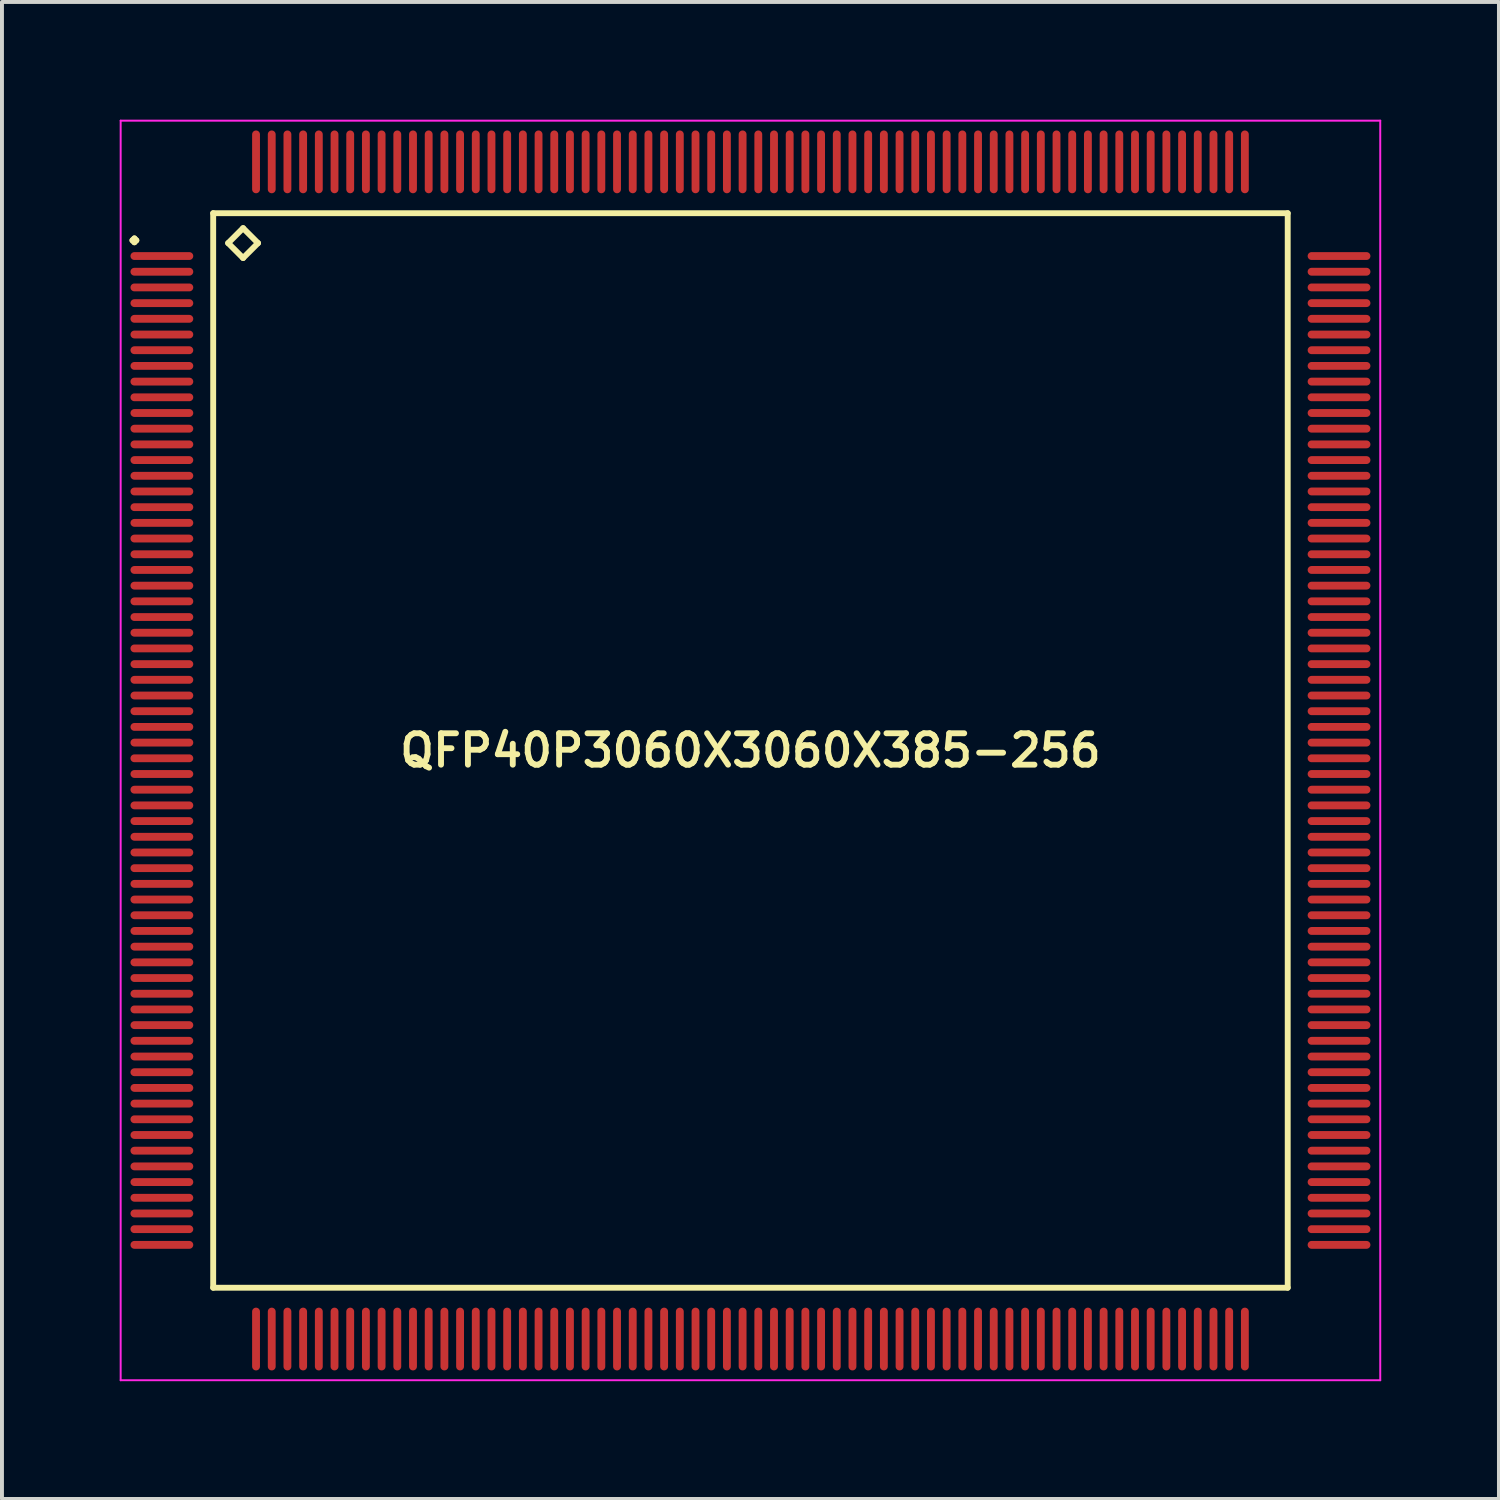
<source format=kicad_pcb>
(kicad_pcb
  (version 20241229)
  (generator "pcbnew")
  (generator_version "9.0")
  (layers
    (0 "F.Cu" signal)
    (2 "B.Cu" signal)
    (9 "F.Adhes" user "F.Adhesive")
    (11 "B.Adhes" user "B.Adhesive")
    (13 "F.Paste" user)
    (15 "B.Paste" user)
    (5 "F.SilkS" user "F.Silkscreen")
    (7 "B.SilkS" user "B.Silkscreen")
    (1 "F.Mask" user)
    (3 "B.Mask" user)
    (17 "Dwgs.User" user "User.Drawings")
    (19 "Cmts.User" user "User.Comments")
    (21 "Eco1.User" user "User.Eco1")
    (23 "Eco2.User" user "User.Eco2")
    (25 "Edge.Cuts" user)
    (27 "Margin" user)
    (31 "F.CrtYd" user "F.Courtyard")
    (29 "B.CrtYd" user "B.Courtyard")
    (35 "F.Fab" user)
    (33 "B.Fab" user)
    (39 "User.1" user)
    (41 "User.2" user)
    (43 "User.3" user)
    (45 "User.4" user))
  (footprint "QFP40P3060X3060X385-256"
    (layer "F.Cu")
    (at 16.075 16.075)
    (property "Reference" "QFP40P3060X3060X385-256" (at 0 0 0) (layer "F.SilkS") (effects (font (size 0.8 0.8) (thickness 0.15))))
    (attr smd)
    (fp_line (start -15.75 -13) (end -15.7 -13.05) (stroke (width 0.15) (type solid)) (layer "F.SilkS"))
    (fp_line (start -15.7 -13.05) (end -15.65 -13) (stroke (width 0.15) (type solid)) (layer "F.SilkS"))
    (fp_line (start -15.7 -12.95) (end -15.75 -13) (stroke (width 0.15) (type solid)) (layer "F.SilkS"))
    (fp_line (start -15.65 -13) (end -15.7 -12.95) (stroke (width 0.15) (type solid)) (layer "F.SilkS"))
    (fp_line (start -13.692 -13.692) (end -13.692 13.692) (stroke (width 0.15) (type solid)) (layer "F.SilkS"))
    (fp_line (start -13.692 13.692) (end 13.692 13.692) (stroke (width 0.15) (type solid)) (layer "F.SilkS"))
    (fp_line (start -13.311 -12.93) (end -12.93 -13.311) (stroke (width 0.15) (type solid)) (layer "F.SilkS"))
    (fp_line (start -12.93 -13.311) (end -12.549 -12.93) (stroke (width 0.15) (type solid)) (layer "F.SilkS"))
    (fp_line (start -12.93 -12.549) (end -13.311 -12.93) (stroke (width 0.15) (type solid)) (layer "F.SilkS"))
    (fp_line (start -12.549 -12.93) (end -12.93 -12.549) (stroke (width 0.15) (type solid)) (layer "F.SilkS"))
    (fp_line (start 13.692 -13.692) (end -13.692 -13.692) (stroke (width 0.15) (type solid)) (layer "F.SilkS"))
    (fp_line (start 13.692 13.692) (end 13.692 -13.692) (stroke (width 0.15) (type solid)) (layer "F.SilkS"))
    (fp_line (start -16.05 -16.05) (end 16.05 -16.05) (stroke (width 0.05) (type solid)) (layer "F.CrtYd"))
    (fp_line (start -16.05 16.05) (end -16.05 -16.05) (stroke (width 0.05) (type solid)) (layer "F.CrtYd"))
    (fp_line (start 16.05 -16.05) (end 16.05 16.05) (stroke (width 0.05) (type solid)) (layer "F.CrtYd"))
    (fp_line (start 16.05 16.05) (end -16.05 16.05) (stroke (width 0.05) (type solid)) (layer "F.CrtYd"))
    (pad "1" smd oval (at -15 -12.6) (size 1.6 0.2) (layers "F.Cu" "F.Mask" "F.Paste"))
    (pad "2" smd oval (at -15 -12.2) (size 1.6 0.2) (layers "F.Cu" "F.Mask" "F.Paste"))
    (pad "3" smd oval (at -15 -11.8) (size 1.6 0.2) (layers "F.Cu" "F.Mask" "F.Paste"))
    (pad "4" smd oval (at -15 -11.4) (size 1.6 0.2) (layers "F.Cu" "F.Mask" "F.Paste"))
    (pad "5" smd oval (at -15 -11) (size 1.6 0.2) (layers "F.Cu" "F.Mask" "F.Paste"))
    (pad "6" smd oval (at -15 -10.6) (size 1.6 0.2) (layers "F.Cu" "F.Mask" "F.Paste"))
    (pad "7" smd oval (at -15 -10.2) (size 1.6 0.2) (layers "F.Cu" "F.Mask" "F.Paste"))
    (pad "8" smd oval (at -15 -9.8) (size 1.6 0.2) (layers "F.Cu" "F.Mask" "F.Paste"))
    (pad "9" smd oval (at -15 -9.4) (size 1.6 0.2) (layers "F.Cu" "F.Mask" "F.Paste"))
    (pad "10" smd oval (at -15 -9) (size 1.6 0.2) (layers "F.Cu" "F.Mask" "F.Paste"))
    (pad "11" smd oval (at -15 -8.6) (size 1.6 0.2) (layers "F.Cu" "F.Mask" "F.Paste"))
    (pad "12" smd oval (at -15 -8.2) (size 1.6 0.2) (layers "F.Cu" "F.Mask" "F.Paste"))
    (pad "13" smd oval (at -15 -7.8) (size 1.6 0.2) (layers "F.Cu" "F.Mask" "F.Paste"))
    (pad "14" smd oval (at -15 -7.4) (size 1.6 0.2) (layers "F.Cu" "F.Mask" "F.Paste"))
    (pad "15" smd oval (at -15 -7) (size 1.6 0.2) (layers "F.Cu" "F.Mask" "F.Paste"))
    (pad "16" smd oval (at -15 -6.6) (size 1.6 0.2) (layers "F.Cu" "F.Mask" "F.Paste"))
    (pad "17" smd oval (at -15 -6.2) (size 1.6 0.2) (layers "F.Cu" "F.Mask" "F.Paste"))
    (pad "18" smd oval (at -15 -5.8) (size 1.6 0.2) (layers "F.Cu" "F.Mask" "F.Paste"))
    (pad "19" smd oval (at -15 -5.4) (size 1.6 0.2) (layers "F.Cu" "F.Mask" "F.Paste"))
    (pad "20" smd oval (at -15 -5) (size 1.6 0.2) (layers "F.Cu" "F.Mask" "F.Paste"))
    (pad "21" smd oval (at -15 -4.6) (size 1.6 0.2) (layers "F.Cu" "F.Mask" "F.Paste"))
    (pad "22" smd oval (at -15 -4.2) (size 1.6 0.2) (layers "F.Cu" "F.Mask" "F.Paste"))
    (pad "23" smd oval (at -15 -3.8) (size 1.6 0.2) (layers "F.Cu" "F.Mask" "F.Paste"))
    (pad "24" smd oval (at -15 -3.4) (size 1.6 0.2) (layers "F.Cu" "F.Mask" "F.Paste"))
    (pad "25" smd oval (at -15 -3) (size 1.6 0.2) (layers "F.Cu" "F.Mask" "F.Paste"))
    (pad "26" smd oval (at -15 -2.6) (size 1.6 0.2) (layers "F.Cu" "F.Mask" "F.Paste"))
    (pad "27" smd oval (at -15 -2.2) (size 1.6 0.2) (layers "F.Cu" "F.Mask" "F.Paste"))
    (pad "28" smd oval (at -15 -1.8) (size 1.6 0.2) (layers "F.Cu" "F.Mask" "F.Paste"))
    (pad "29" smd oval (at -15 -1.4) (size 1.6 0.2) (layers "F.Cu" "F.Mask" "F.Paste"))
    (pad "30" smd oval (at -15 -1) (size 1.6 0.2) (layers "F.Cu" "F.Mask" "F.Paste"))
    (pad "31" smd oval (at -15 -0.6) (size 1.6 0.2) (layers "F.Cu" "F.Mask" "F.Paste"))
    (pad "32" smd oval (at -15 -0.2) (size 1.6 0.2) (layers "F.Cu" "F.Mask" "F.Paste"))
    (pad "33" smd oval (at -15 0.2) (size 1.6 0.2) (layers "F.Cu" "F.Mask" "F.Paste"))
    (pad "34" smd oval (at -15 0.6) (size 1.6 0.2) (layers "F.Cu" "F.Mask" "F.Paste"))
    (pad "35" smd oval (at -15 1) (size 1.6 0.2) (layers "F.Cu" "F.Mask" "F.Paste"))
    (pad "36" smd oval (at -15 1.4) (size 1.6 0.2) (layers "F.Cu" "F.Mask" "F.Paste"))
    (pad "37" smd oval (at -15 1.8) (size 1.6 0.2) (layers "F.Cu" "F.Mask" "F.Paste"))
    (pad "38" smd oval (at -15 2.2) (size 1.6 0.2) (layers "F.Cu" "F.Mask" "F.Paste"))
    (pad "39" smd oval (at -15 2.6) (size 1.6 0.2) (layers "F.Cu" "F.Mask" "F.Paste"))
    (pad "40" smd oval (at -15 3) (size 1.6 0.2) (layers "F.Cu" "F.Mask" "F.Paste"))
    (pad "41" smd oval (at -15 3.4) (size 1.6 0.2) (layers "F.Cu" "F.Mask" "F.Paste"))
    (pad "42" smd oval (at -15 3.8) (size 1.6 0.2) (layers "F.Cu" "F.Mask" "F.Paste"))
    (pad "43" smd oval (at -15 4.2) (size 1.6 0.2) (layers "F.Cu" "F.Mask" "F.Paste"))
    (pad "44" smd oval (at -15 4.6) (size 1.6 0.2) (layers "F.Cu" "F.Mask" "F.Paste"))
    (pad "45" smd oval (at -15 5) (size 1.6 0.2) (layers "F.Cu" "F.Mask" "F.Paste"))
    (pad "46" smd oval (at -15 5.4) (size 1.6 0.2) (layers "F.Cu" "F.Mask" "F.Paste"))
    (pad "47" smd oval (at -15 5.8) (size 1.6 0.2) (layers "F.Cu" "F.Mask" "F.Paste"))
    (pad "48" smd oval (at -15 6.2) (size 1.6 0.2) (layers "F.Cu" "F.Mask" "F.Paste"))
    (pad "49" smd oval (at -15 6.6) (size 1.6 0.2) (layers "F.Cu" "F.Mask" "F.Paste"))
    (pad "50" smd oval (at -15 7) (size 1.6 0.2) (layers "F.Cu" "F.Mask" "F.Paste"))
    (pad "51" smd oval (at -15 7.4) (size 1.6 0.2) (layers "F.Cu" "F.Mask" "F.Paste"))
    (pad "52" smd oval (at -15 7.8) (size 1.6 0.2) (layers "F.Cu" "F.Mask" "F.Paste"))
    (pad "53" smd oval (at -15 8.2) (size 1.6 0.2) (layers "F.Cu" "F.Mask" "F.Paste"))
    (pad "54" smd oval (at -15 8.6) (size 1.6 0.2) (layers "F.Cu" "F.Mask" "F.Paste"))
    (pad "55" smd oval (at -15 9) (size 1.6 0.2) (layers "F.Cu" "F.Mask" "F.Paste"))
    (pad "56" smd oval (at -15 9.4) (size 1.6 0.2) (layers "F.Cu" "F.Mask" "F.Paste"))
    (pad "57" smd oval (at -15 9.8) (size 1.6 0.2) (layers "F.Cu" "F.Mask" "F.Paste"))
    (pad "58" smd oval (at -15 10.2) (size 1.6 0.2) (layers "F.Cu" "F.Mask" "F.Paste"))
    (pad "59" smd oval (at -15 10.6) (size 1.6 0.2) (layers "F.Cu" "F.Mask" "F.Paste"))
    (pad "60" smd oval (at -15 11) (size 1.6 0.2) (layers "F.Cu" "F.Mask" "F.Paste"))
    (pad "61" smd oval (at -15 11.4) (size 1.6 0.2) (layers "F.Cu" "F.Mask" "F.Paste"))
    (pad "62" smd oval (at -15 11.8) (size 1.6 0.2) (layers "F.Cu" "F.Mask" "F.Paste"))
    (pad "63" smd oval (at -15 12.2) (size 1.6 0.2) (layers "F.Cu" "F.Mask" "F.Paste"))
    (pad "64" smd oval (at -15 12.6) (size 1.6 0.2) (layers "F.Cu" "F.Mask" "F.Paste"))
    (pad "65" smd oval (at -12.6 15) (size 0.2 1.6) (layers "F.Cu" "F.Mask" "F.Paste"))
    (pad "66" smd oval (at -12.2 15) (size 0.2 1.6) (layers "F.Cu" "F.Mask" "F.Paste"))
    (pad "67" smd oval (at -11.8 15) (size 0.2 1.6) (layers "F.Cu" "F.Mask" "F.Paste"))
    (pad "68" smd oval (at -11.4 15) (size 0.2 1.6) (layers "F.Cu" "F.Mask" "F.Paste"))
    (pad "69" smd oval (at -11 15) (size 0.2 1.6) (layers "F.Cu" "F.Mask" "F.Paste"))
    (pad "70" smd oval (at -10.6 15) (size 0.2 1.6) (layers "F.Cu" "F.Mask" "F.Paste"))
    (pad "71" smd oval (at -10.2 15) (size 0.2 1.6) (layers "F.Cu" "F.Mask" "F.Paste"))
    (pad "72" smd oval (at -9.8 15) (size 0.2 1.6) (layers "F.Cu" "F.Mask" "F.Paste"))
    (pad "73" smd oval (at -9.4 15) (size 0.2 1.6) (layers "F.Cu" "F.Mask" "F.Paste"))
    (pad "74" smd oval (at -9 15) (size 0.2 1.6) (layers "F.Cu" "F.Mask" "F.Paste"))
    (pad "75" smd oval (at -8.6 15) (size 0.2 1.6) (layers "F.Cu" "F.Mask" "F.Paste"))
    (pad "76" smd oval (at -8.2 15) (size 0.2 1.6) (layers "F.Cu" "F.Mask" "F.Paste"))
    (pad "77" smd oval (at -7.8 15) (size 0.2 1.6) (layers "F.Cu" "F.Mask" "F.Paste"))
    (pad "78" smd oval (at -7.4 15) (size 0.2 1.6) (layers "F.Cu" "F.Mask" "F.Paste"))
    (pad "79" smd oval (at -7 15) (size 0.2 1.6) (layers "F.Cu" "F.Mask" "F.Paste"))
    (pad "80" smd oval (at -6.6 15) (size 0.2 1.6) (layers "F.Cu" "F.Mask" "F.Paste"))
    (pad "81" smd oval (at -6.2 15) (size 0.2 1.6) (layers "F.Cu" "F.Mask" "F.Paste"))
    (pad "82" smd oval (at -5.8 15) (size 0.2 1.6) (layers "F.Cu" "F.Mask" "F.Paste"))
    (pad "83" smd oval (at -5.4 15) (size 0.2 1.6) (layers "F.Cu" "F.Mask" "F.Paste"))
    (pad "84" smd oval (at -5 15) (size 0.2 1.6) (layers "F.Cu" "F.Mask" "F.Paste"))
    (pad "85" smd oval (at -4.6 15) (size 0.2 1.6) (layers "F.Cu" "F.Mask" "F.Paste"))
    (pad "86" smd oval (at -4.2 15) (size 0.2 1.6) (layers "F.Cu" "F.Mask" "F.Paste"))
    (pad "87" smd oval (at -3.8 15) (size 0.2 1.6) (layers "F.Cu" "F.Mask" "F.Paste"))
    (pad "88" smd oval (at -3.4 15) (size 0.2 1.6) (layers "F.Cu" "F.Mask" "F.Paste"))
    (pad "89" smd oval (at -3 15) (size 0.2 1.6) (layers "F.Cu" "F.Mask" "F.Paste"))
    (pad "90" smd oval (at -2.6 15) (size 0.2 1.6) (layers "F.Cu" "F.Mask" "F.Paste"))
    (pad "91" smd oval (at -2.2 15) (size 0.2 1.6) (layers "F.Cu" "F.Mask" "F.Paste"))
    (pad "92" smd oval (at -1.8 15) (size 0.2 1.6) (layers "F.Cu" "F.Mask" "F.Paste"))
    (pad "93" smd oval (at -1.4 15) (size 0.2 1.6) (layers "F.Cu" "F.Mask" "F.Paste"))
    (pad "94" smd oval (at -1 15) (size 0.2 1.6) (layers "F.Cu" "F.Mask" "F.Paste"))
    (pad "95" smd oval (at -0.6 15) (size 0.2 1.6) (layers "F.Cu" "F.Mask" "F.Paste"))
    (pad "96" smd oval (at -0.2 15) (size 0.2 1.6) (layers "F.Cu" "F.Mask" "F.Paste"))
    (pad "97" smd oval (at 0.2 15) (size 0.2 1.6) (layers "F.Cu" "F.Mask" "F.Paste"))
    (pad "98" smd oval (at 0.6 15) (size 0.2 1.6) (layers "F.Cu" "F.Mask" "F.Paste"))
    (pad "99" smd oval (at 1 15) (size 0.2 1.6) (layers "F.Cu" "F.Mask" "F.Paste"))
    (pad "100" smd oval (at 1.4 15) (size 0.2 1.6) (layers "F.Cu" "F.Mask" "F.Paste"))
    (pad "101" smd oval (at 1.8 15) (size 0.2 1.6) (layers "F.Cu" "F.Mask" "F.Paste"))
    (pad "102" smd oval (at 2.2 15) (size 0.2 1.6) (layers "F.Cu" "F.Mask" "F.Paste"))
    (pad "103" smd oval (at 2.6 15) (size 0.2 1.6) (layers "F.Cu" "F.Mask" "F.Paste"))
    (pad "104" smd oval (at 3 15) (size 0.2 1.6) (layers "F.Cu" "F.Mask" "F.Paste"))
    (pad "105" smd oval (at 3.4 15) (size 0.2 1.6) (layers "F.Cu" "F.Mask" "F.Paste"))
    (pad "106" smd oval (at 3.8 15) (size 0.2 1.6) (layers "F.Cu" "F.Mask" "F.Paste"))
    (pad "107" smd oval (at 4.2 15) (size 0.2 1.6) (layers "F.Cu" "F.Mask" "F.Paste"))
    (pad "108" smd oval (at 4.6 15) (size 0.2 1.6) (layers "F.Cu" "F.Mask" "F.Paste"))
    (pad "109" smd oval (at 5 15) (size 0.2 1.6) (layers "F.Cu" "F.Mask" "F.Paste"))
    (pad "110" smd oval (at 5.4 15) (size 0.2 1.6) (layers "F.Cu" "F.Mask" "F.Paste"))
    (pad "111" smd oval (at 5.8 15) (size 0.2 1.6) (layers "F.Cu" "F.Mask" "F.Paste"))
    (pad "112" smd oval (at 6.2 15) (size 0.2 1.6) (layers "F.Cu" "F.Mask" "F.Paste"))
    (pad "113" smd oval (at 6.6 15) (size 0.2 1.6) (layers "F.Cu" "F.Mask" "F.Paste"))
    (pad "114" smd oval (at 7 15) (size 0.2 1.6) (layers "F.Cu" "F.Mask" "F.Paste"))
    (pad "115" smd oval (at 7.4 15) (size 0.2 1.6) (layers "F.Cu" "F.Mask" "F.Paste"))
    (pad "116" smd oval (at 7.8 15) (size 0.2 1.6) (layers "F.Cu" "F.Mask" "F.Paste"))
    (pad "117" smd oval (at 8.2 15) (size 0.2 1.6) (layers "F.Cu" "F.Mask" "F.Paste"))
    (pad "118" smd oval (at 8.6 15) (size 0.2 1.6) (layers "F.Cu" "F.Mask" "F.Paste"))
    (pad "119" smd oval (at 9 15) (size 0.2 1.6) (layers "F.Cu" "F.Mask" "F.Paste"))
    (pad "120" smd oval (at 9.4 15) (size 0.2 1.6) (layers "F.Cu" "F.Mask" "F.Paste"))
    (pad "121" smd oval (at 9.8 15) (size 0.2 1.6) (layers "F.Cu" "F.Mask" "F.Paste"))
    (pad "122" smd oval (at 10.2 15) (size 0.2 1.6) (layers "F.Cu" "F.Mask" "F.Paste"))
    (pad "123" smd oval (at 10.6 15) (size 0.2 1.6) (layers "F.Cu" "F.Mask" "F.Paste"))
    (pad "124" smd oval (at 11 15) (size 0.2 1.6) (layers "F.Cu" "F.Mask" "F.Paste"))
    (pad "125" smd oval (at 11.4 15) (size 0.2 1.6) (layers "F.Cu" "F.Mask" "F.Paste"))
    (pad "126" smd oval (at 11.8 15) (size 0.2 1.6) (layers "F.Cu" "F.Mask" "F.Paste"))
    (pad "127" smd oval (at 12.2 15) (size 0.2 1.6) (layers "F.Cu" "F.Mask" "F.Paste"))
    (pad "128" smd oval (at 12.6 15) (size 0.2 1.6) (layers "F.Cu" "F.Mask" "F.Paste"))
    (pad "129" smd oval (at 15 12.6) (size 1.6 0.2) (layers "F.Cu" "F.Mask" "F.Paste"))
    (pad "130" smd oval (at 15 12.2) (size 1.6 0.2) (layers "F.Cu" "F.Mask" "F.Paste"))
    (pad "131" smd oval (at 15 11.8) (size 1.6 0.2) (layers "F.Cu" "F.Mask" "F.Paste"))
    (pad "132" smd oval (at 15 11.4) (size 1.6 0.2) (layers "F.Cu" "F.Mask" "F.Paste"))
    (pad "133" smd oval (at 15 11) (size 1.6 0.2) (layers "F.Cu" "F.Mask" "F.Paste"))
    (pad "134" smd oval (at 15 10.6) (size 1.6 0.2) (layers "F.Cu" "F.Mask" "F.Paste"))
    (pad "135" smd oval (at 15 10.2) (size 1.6 0.2) (layers "F.Cu" "F.Mask" "F.Paste"))
    (pad "136" smd oval (at 15 9.8) (size 1.6 0.2) (layers "F.Cu" "F.Mask" "F.Paste"))
    (pad "137" smd oval (at 15 9.4) (size 1.6 0.2) (layers "F.Cu" "F.Mask" "F.Paste"))
    (pad "138" smd oval (at 15 9) (size 1.6 0.2) (layers "F.Cu" "F.Mask" "F.Paste"))
    (pad "139" smd oval (at 15 8.6) (size 1.6 0.2) (layers "F.Cu" "F.Mask" "F.Paste"))
    (pad "140" smd oval (at 15 8.2) (size 1.6 0.2) (layers "F.Cu" "F.Mask" "F.Paste"))
    (pad "141" smd oval (at 15 7.8) (size 1.6 0.2) (layers "F.Cu" "F.Mask" "F.Paste"))
    (pad "142" smd oval (at 15 7.4) (size 1.6 0.2) (layers "F.Cu" "F.Mask" "F.Paste"))
    (pad "143" smd oval (at 15 7) (size 1.6 0.2) (layers "F.Cu" "F.Mask" "F.Paste"))
    (pad "144" smd oval (at 15 6.6) (size 1.6 0.2) (layers "F.Cu" "F.Mask" "F.Paste"))
    (pad "145" smd oval (at 15 6.2) (size 1.6 0.2) (layers "F.Cu" "F.Mask" "F.Paste"))
    (pad "146" smd oval (at 15 5.8) (size 1.6 0.2) (layers "F.Cu" "F.Mask" "F.Paste"))
    (pad "147" smd oval (at 15 5.4) (size 1.6 0.2) (layers "F.Cu" "F.Mask" "F.Paste"))
    (pad "148" smd oval (at 15 5) (size 1.6 0.2) (layers "F.Cu" "F.Mask" "F.Paste"))
    (pad "149" smd oval (at 15 4.6) (size 1.6 0.2) (layers "F.Cu" "F.Mask" "F.Paste"))
    (pad "150" smd oval (at 15 4.2) (size 1.6 0.2) (layers "F.Cu" "F.Mask" "F.Paste"))
    (pad "151" smd oval (at 15 3.8) (size 1.6 0.2) (layers "F.Cu" "F.Mask" "F.Paste"))
    (pad "152" smd oval (at 15 3.4) (size 1.6 0.2) (layers "F.Cu" "F.Mask" "F.Paste"))
    (pad "153" smd oval (at 15 3) (size 1.6 0.2) (layers "F.Cu" "F.Mask" "F.Paste"))
    (pad "154" smd oval (at 15 2.6) (size 1.6 0.2) (layers "F.Cu" "F.Mask" "F.Paste"))
    (pad "155" smd oval (at 15 2.2) (size 1.6 0.2) (layers "F.Cu" "F.Mask" "F.Paste"))
    (pad "156" smd oval (at 15 1.8) (size 1.6 0.2) (layers "F.Cu" "F.Mask" "F.Paste"))
    (pad "157" smd oval (at 15 1.4) (size 1.6 0.2) (layers "F.Cu" "F.Mask" "F.Paste"))
    (pad "158" smd oval (at 15 1) (size 1.6 0.2) (layers "F.Cu" "F.Mask" "F.Paste"))
    (pad "159" smd oval (at 15 0.6) (size 1.6 0.2) (layers "F.Cu" "F.Mask" "F.Paste"))
    (pad "160" smd oval (at 15 0.2) (size 1.6 0.2) (layers "F.Cu" "F.Mask" "F.Paste"))
    (pad "161" smd oval (at 15 -0.2) (size 1.6 0.2) (layers "F.Cu" "F.Mask" "F.Paste"))
    (pad "162" smd oval (at 15 -0.6) (size 1.6 0.2) (layers "F.Cu" "F.Mask" "F.Paste"))
    (pad "163" smd oval (at 15 -1) (size 1.6 0.2) (layers "F.Cu" "F.Mask" "F.Paste"))
    (pad "164" smd oval (at 15 -1.4) (size 1.6 0.2) (layers "F.Cu" "F.Mask" "F.Paste"))
    (pad "165" smd oval (at 15 -1.8) (size 1.6 0.2) (layers "F.Cu" "F.Mask" "F.Paste"))
    (pad "166" smd oval (at 15 -2.2) (size 1.6 0.2) (layers "F.Cu" "F.Mask" "F.Paste"))
    (pad "167" smd oval (at 15 -2.6) (size 1.6 0.2) (layers "F.Cu" "F.Mask" "F.Paste"))
    (pad "168" smd oval (at 15 -3) (size 1.6 0.2) (layers "F.Cu" "F.Mask" "F.Paste"))
    (pad "169" smd oval (at 15 -3.4) (size 1.6 0.2) (layers "F.Cu" "F.Mask" "F.Paste"))
    (pad "170" smd oval (at 15 -3.8) (size 1.6 0.2) (layers "F.Cu" "F.Mask" "F.Paste"))
    (pad "171" smd oval (at 15 -4.2) (size 1.6 0.2) (layers "F.Cu" "F.Mask" "F.Paste"))
    (pad "172" smd oval (at 15 -4.6) (size 1.6 0.2) (layers "F.Cu" "F.Mask" "F.Paste"))
    (pad "173" smd oval (at 15 -5) (size 1.6 0.2) (layers "F.Cu" "F.Mask" "F.Paste"))
    (pad "174" smd oval (at 15 -5.4) (size 1.6 0.2) (layers "F.Cu" "F.Mask" "F.Paste"))
    (pad "175" smd oval (at 15 -5.8) (size 1.6 0.2) (layers "F.Cu" "F.Mask" "F.Paste"))
    (pad "176" smd oval (at 15 -6.2) (size 1.6 0.2) (layers "F.Cu" "F.Mask" "F.Paste"))
    (pad "177" smd oval (at 15 -6.6) (size 1.6 0.2) (layers "F.Cu" "F.Mask" "F.Paste"))
    (pad "178" smd oval (at 15 -7) (size 1.6 0.2) (layers "F.Cu" "F.Mask" "F.Paste"))
    (pad "179" smd oval (at 15 -7.4) (size 1.6 0.2) (layers "F.Cu" "F.Mask" "F.Paste"))
    (pad "180" smd oval (at 15 -7.8) (size 1.6 0.2) (layers "F.Cu" "F.Mask" "F.Paste"))
    (pad "181" smd oval (at 15 -8.2) (size 1.6 0.2) (layers "F.Cu" "F.Mask" "F.Paste"))
    (pad "182" smd oval (at 15 -8.6) (size 1.6 0.2) (layers "F.Cu" "F.Mask" "F.Paste"))
    (pad "183" smd oval (at 15 -9) (size 1.6 0.2) (layers "F.Cu" "F.Mask" "F.Paste"))
    (pad "184" smd oval (at 15 -9.4) (size 1.6 0.2) (layers "F.Cu" "F.Mask" "F.Paste"))
    (pad "185" smd oval (at 15 -9.8) (size 1.6 0.2) (layers "F.Cu" "F.Mask" "F.Paste"))
    (pad "186" smd oval (at 15 -10.2) (size 1.6 0.2) (layers "F.Cu" "F.Mask" "F.Paste"))
    (pad "187" smd oval (at 15 -10.6) (size 1.6 0.2) (layers "F.Cu" "F.Mask" "F.Paste"))
    (pad "188" smd oval (at 15 -11) (size 1.6 0.2) (layers "F.Cu" "F.Mask" "F.Paste"))
    (pad "189" smd oval (at 15 -11.4) (size 1.6 0.2) (layers "F.Cu" "F.Mask" "F.Paste"))
    (pad "190" smd oval (at 15 -11.8) (size 1.6 0.2) (layers "F.Cu" "F.Mask" "F.Paste"))
    (pad "191" smd oval (at 15 -12.2) (size 1.6 0.2) (layers "F.Cu" "F.Mask" "F.Paste"))
    (pad "192" smd oval (at 15 -12.6) (size 1.6 0.2) (layers "F.Cu" "F.Mask" "F.Paste"))
    (pad "193" smd oval (at 12.6 -15) (size 0.2 1.6) (layers "F.Cu" "F.Mask" "F.Paste"))
    (pad "194" smd oval (at 12.2 -15) (size 0.2 1.6) (layers "F.Cu" "F.Mask" "F.Paste"))
    (pad "195" smd oval (at 11.8 -15) (size 0.2 1.6) (layers "F.Cu" "F.Mask" "F.Paste"))
    (pad "196" smd oval (at 11.4 -15) (size 0.2 1.6) (layers "F.Cu" "F.Mask" "F.Paste"))
    (pad "197" smd oval (at 11 -15) (size 0.2 1.6) (layers "F.Cu" "F.Mask" "F.Paste"))
    (pad "198" smd oval (at 10.6 -15) (size 0.2 1.6) (layers "F.Cu" "F.Mask" "F.Paste"))
    (pad "199" smd oval (at 10.2 -15) (size 0.2 1.6) (layers "F.Cu" "F.Mask" "F.Paste"))
    (pad "200" smd oval (at 9.8 -15) (size 0.2 1.6) (layers "F.Cu" "F.Mask" "F.Paste"))
    (pad "201" smd oval (at 9.4 -15) (size 0.2 1.6) (layers "F.Cu" "F.Mask" "F.Paste"))
    (pad "202" smd oval (at 9 -15) (size 0.2 1.6) (layers "F.Cu" "F.Mask" "F.Paste"))
    (pad "203" smd oval (at 8.6 -15) (size 0.2 1.6) (layers "F.Cu" "F.Mask" "F.Paste"))
    (pad "204" smd oval (at 8.2 -15) (size 0.2 1.6) (layers "F.Cu" "F.Mask" "F.Paste"))
    (pad "205" smd oval (at 7.8 -15) (size 0.2 1.6) (layers "F.Cu" "F.Mask" "F.Paste"))
    (pad "206" smd oval (at 7.4 -15) (size 0.2 1.6) (layers "F.Cu" "F.Mask" "F.Paste"))
    (pad "207" smd oval (at 7 -15) (size 0.2 1.6) (layers "F.Cu" "F.Mask" "F.Paste"))
    (pad "208" smd oval (at 6.6 -15) (size 0.2 1.6) (layers "F.Cu" "F.Mask" "F.Paste"))
    (pad "209" smd oval (at 6.2 -15) (size 0.2 1.6) (layers "F.Cu" "F.Mask" "F.Paste"))
    (pad "210" smd oval (at 5.8 -15) (size 0.2 1.6) (layers "F.Cu" "F.Mask" "F.Paste"))
    (pad "211" smd oval (at 5.4 -15) (size 0.2 1.6) (layers "F.Cu" "F.Mask" "F.Paste"))
    (pad "212" smd oval (at 5 -15) (size 0.2 1.6) (layers "F.Cu" "F.Mask" "F.Paste"))
    (pad "213" smd oval (at 4.6 -15) (size 0.2 1.6) (layers "F.Cu" "F.Mask" "F.Paste"))
    (pad "214" smd oval (at 4.2 -15) (size 0.2 1.6) (layers "F.Cu" "F.Mask" "F.Paste"))
    (pad "215" smd oval (at 3.8 -15) (size 0.2 1.6) (layers "F.Cu" "F.Mask" "F.Paste"))
    (pad "216" smd oval (at 3.4 -15) (size 0.2 1.6) (layers "F.Cu" "F.Mask" "F.Paste"))
    (pad "217" smd oval (at 3 -15) (size 0.2 1.6) (layers "F.Cu" "F.Mask" "F.Paste"))
    (pad "218" smd oval (at 2.6 -15) (size 0.2 1.6) (layers "F.Cu" "F.Mask" "F.Paste"))
    (pad "219" smd oval (at 2.2 -15) (size 0.2 1.6) (layers "F.Cu" "F.Mask" "F.Paste"))
    (pad "220" smd oval (at 1.8 -15) (size 0.2 1.6) (layers "F.Cu" "F.Mask" "F.Paste"))
    (pad "221" smd oval (at 1.4 -15) (size 0.2 1.6) (layers "F.Cu" "F.Mask" "F.Paste"))
    (pad "222" smd oval (at 1 -15) (size 0.2 1.6) (layers "F.Cu" "F.Mask" "F.Paste"))
    (pad "223" smd oval (at 0.6 -15) (size 0.2 1.6) (layers "F.Cu" "F.Mask" "F.Paste"))
    (pad "224" smd oval (at 0.2 -15) (size 0.2 1.6) (layers "F.Cu" "F.Mask" "F.Paste"))
    (pad "225" smd oval (at -0.2 -15) (size 0.2 1.6) (layers "F.Cu" "F.Mask" "F.Paste"))
    (pad "226" smd oval (at -0.6 -15) (size 0.2 1.6) (layers "F.Cu" "F.Mask" "F.Paste"))
    (pad "227" smd oval (at -1 -15) (size 0.2 1.6) (layers "F.Cu" "F.Mask" "F.Paste"))
    (pad "228" smd oval (at -1.4 -15) (size 0.2 1.6) (layers "F.Cu" "F.Mask" "F.Paste"))
    (pad "229" smd oval (at -1.8 -15) (size 0.2 1.6) (layers "F.Cu" "F.Mask" "F.Paste"))
    (pad "230" smd oval (at -2.2 -15) (size 0.2 1.6) (layers "F.Cu" "F.Mask" "F.Paste"))
    (pad "231" smd oval (at -2.6 -15) (size 0.2 1.6) (layers "F.Cu" "F.Mask" "F.Paste"))
    (pad "232" smd oval (at -3 -15) (size 0.2 1.6) (layers "F.Cu" "F.Mask" "F.Paste"))
    (pad "233" smd oval (at -3.4 -15) (size 0.2 1.6) (layers "F.Cu" "F.Mask" "F.Paste"))
    (pad "234" smd oval (at -3.8 -15) (size 0.2 1.6) (layers "F.Cu" "F.Mask" "F.Paste"))
    (pad "235" smd oval (at -4.2 -15) (size 0.2 1.6) (layers "F.Cu" "F.Mask" "F.Paste"))
    (pad "236" smd oval (at -4.6 -15) (size 0.2 1.6) (layers "F.Cu" "F.Mask" "F.Paste"))
    (pad "237" smd oval (at -5 -15) (size 0.2 1.6) (layers "F.Cu" "F.Mask" "F.Paste"))
    (pad "238" smd oval (at -5.4 -15) (size 0.2 1.6) (layers "F.Cu" "F.Mask" "F.Paste"))
    (pad "239" smd oval (at -5.8 -15) (size 0.2 1.6) (layers "F.Cu" "F.Mask" "F.Paste"))
    (pad "240" smd oval (at -6.2 -15) (size 0.2 1.6) (layers "F.Cu" "F.Mask" "F.Paste"))
    (pad "241" smd oval (at -6.6 -15) (size 0.2 1.6) (layers "F.Cu" "F.Mask" "F.Paste"))
    (pad "242" smd oval (at -7 -15) (size 0.2 1.6) (layers "F.Cu" "F.Mask" "F.Paste"))
    (pad "243" smd oval (at -7.4 -15) (size 0.2 1.6) (layers "F.Cu" "F.Mask" "F.Paste"))
    (pad "244" smd oval (at -7.8 -15) (size 0.2 1.6) (layers "F.Cu" "F.Mask" "F.Paste"))
    (pad "245" smd oval (at -8.2 -15) (size 0.2 1.6) (layers "F.Cu" "F.Mask" "F.Paste"))
    (pad "246" smd oval (at -8.6 -15) (size 0.2 1.6) (layers "F.Cu" "F.Mask" "F.Paste"))
    (pad "247" smd oval (at -9 -15) (size 0.2 1.6) (layers "F.Cu" "F.Mask" "F.Paste"))
    (pad "248" smd oval (at -9.4 -15) (size 0.2 1.6) (layers "F.Cu" "F.Mask" "F.Paste"))
    (pad "249" smd oval (at -9.8 -15) (size 0.2 1.6) (layers "F.Cu" "F.Mask" "F.Paste"))
    (pad "250" smd oval (at -10.2 -15) (size 0.2 1.6) (layers "F.Cu" "F.Mask" "F.Paste"))
    (pad "251" smd oval (at -10.6 -15) (size 0.2 1.6) (layers "F.Cu" "F.Mask" "F.Paste"))
    (pad "252" smd oval (at -11 -15) (size 0.2 1.6) (layers "F.Cu" "F.Mask" "F.Paste"))
    (pad "253" smd oval (at -11.4 -15) (size 0.2 1.6) (layers "F.Cu" "F.Mask" "F.Paste"))
    (pad "254" smd oval (at -11.8 -15) (size 0.2 1.6) (layers "F.Cu" "F.Mask" "F.Paste"))
    (pad "255" smd oval (at -12.2 -15) (size 0.2 1.6) (layers "F.Cu" "F.Mask" "F.Paste"))
    (pad "256" smd oval (at -12.6 -15) (size 0.2 1.6) (layers "F.Cu" "F.Mask" "F.Paste")))
  (gr_rect
    (start -3 -3)
    (end 35.15 35.15)
    (stroke (width 0.1) (type default))
    (fill no)
    (layer "Edge.Cuts")))
</source>
